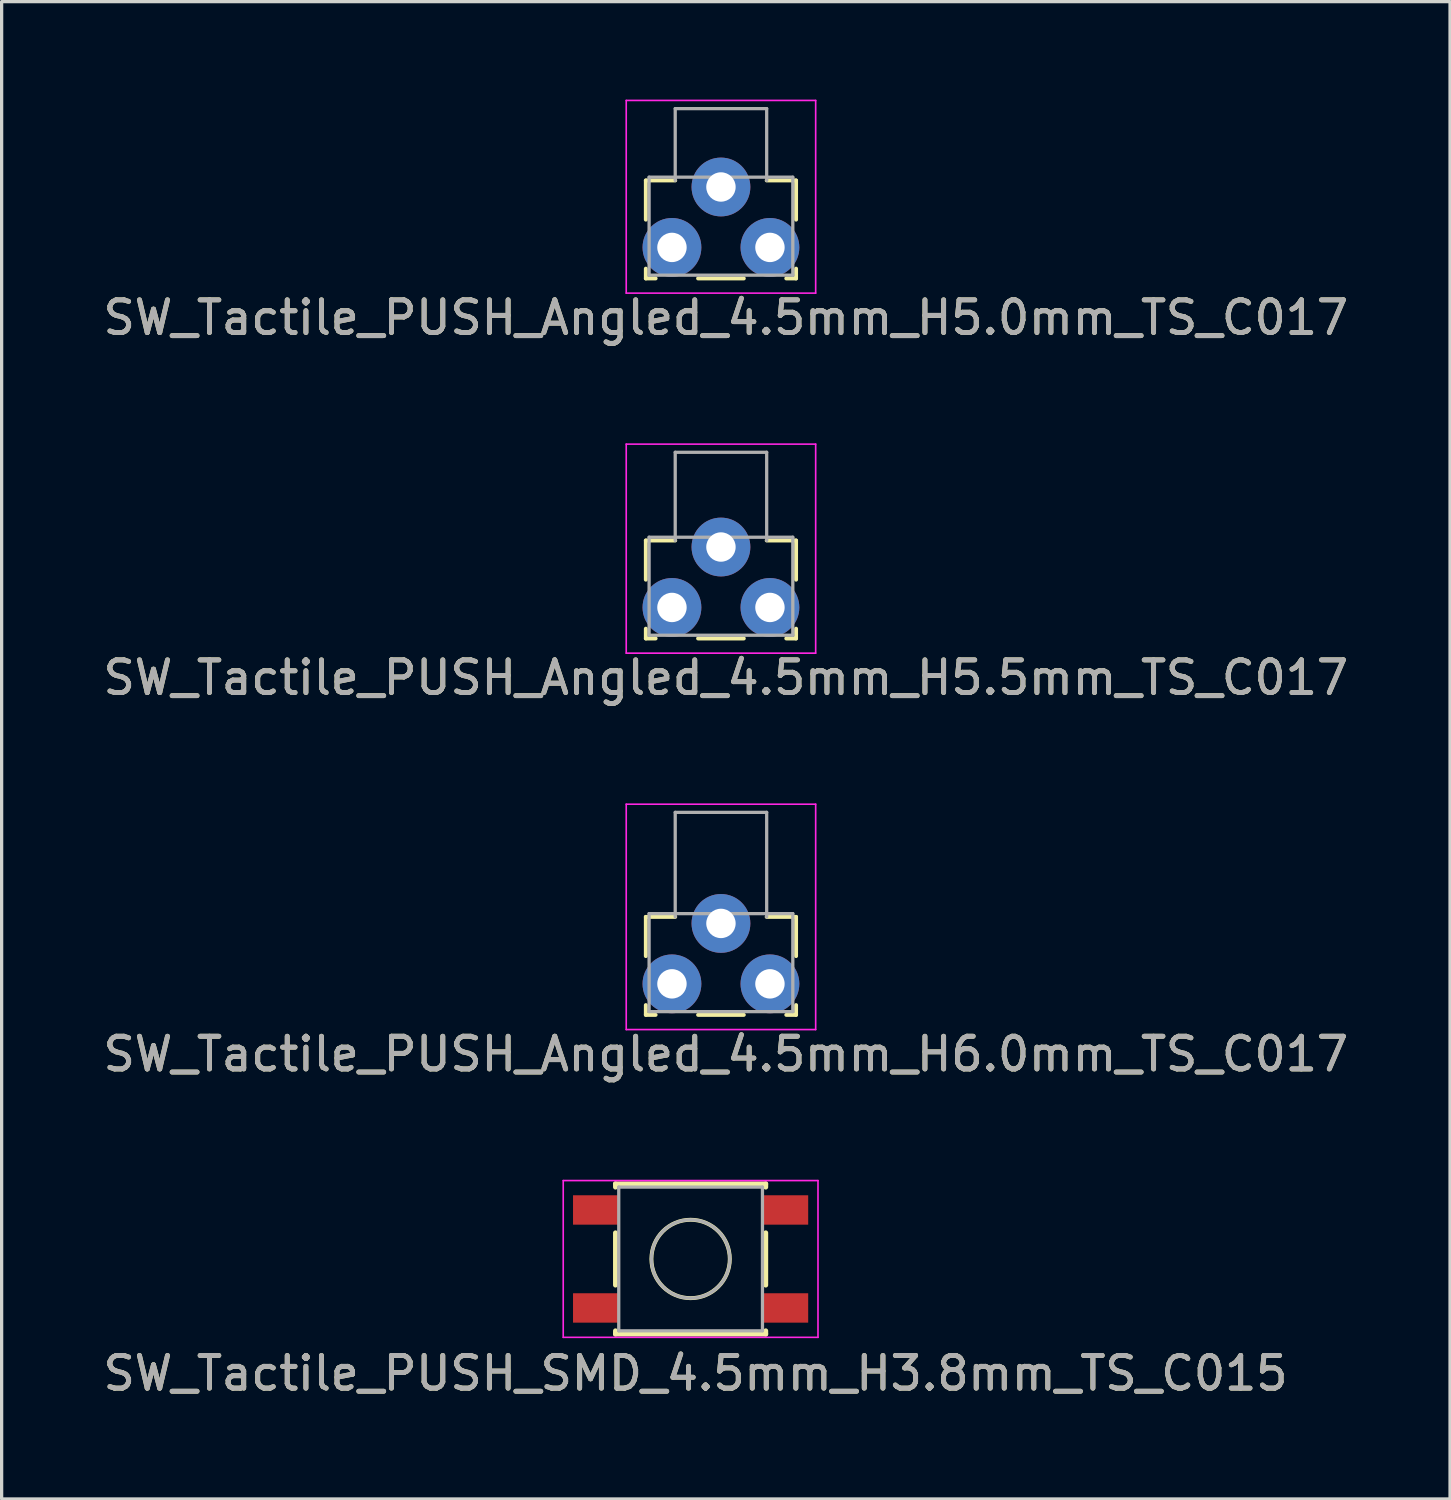
<source format=kicad_pcb>
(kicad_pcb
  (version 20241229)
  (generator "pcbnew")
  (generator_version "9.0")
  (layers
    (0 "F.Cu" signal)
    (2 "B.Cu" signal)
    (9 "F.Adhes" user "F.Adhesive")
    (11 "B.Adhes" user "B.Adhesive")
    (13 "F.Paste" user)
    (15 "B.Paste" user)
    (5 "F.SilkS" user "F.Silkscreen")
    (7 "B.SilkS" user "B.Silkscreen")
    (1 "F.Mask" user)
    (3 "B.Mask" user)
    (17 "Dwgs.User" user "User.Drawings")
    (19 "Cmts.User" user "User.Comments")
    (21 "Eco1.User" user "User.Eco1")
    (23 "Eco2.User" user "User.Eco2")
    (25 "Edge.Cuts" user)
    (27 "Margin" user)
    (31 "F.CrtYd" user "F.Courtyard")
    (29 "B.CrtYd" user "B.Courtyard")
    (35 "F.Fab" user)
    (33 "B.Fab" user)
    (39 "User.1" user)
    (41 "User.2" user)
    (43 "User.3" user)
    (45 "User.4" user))
  (footprint "SW_Tactile_PUSH_Angled_4.5mm_H5.0mm_TS_C017"
    (layer "F.Cu")
    (at 17.523 4.525)
    (property "Reference" "SW_Tactile_PUSH_Angled_4.5mm_H5.0mm_TS_C017" (at 1.65 2.15 0) (layer "F.SilkS") (effects (font (size 1 1) (thickness 0.15))))
    (attr through_hole)
    (fp_line (start -0.8 -2.05) (end -0.8 -0.85) (stroke (width 0.12) (type solid)) (layer "F.SilkS"))
    (fp_line (start -0.8 -2.05) (end 0.1 -2.05) (stroke (width 0.12) (type solid)) (layer "F.SilkS"))
    (fp_line (start -0.8 0.95) (end -0.8 0.65) (stroke (width 0.12) (type solid)) (layer "F.SilkS"))
    (fp_line (start -0.8 0.95) (end -0.5 0.95) (stroke (width 0.12) (type solid)) (layer "F.SilkS"))
    (fp_line (start 0.8 0.95) (end 2.2 0.95) (stroke (width 0.12) (type solid)) (layer "F.SilkS"))
    (fp_line (start 3.8 -2.05) (end 2.9 -2.05) (stroke (width 0.12) (type solid)) (layer "F.SilkS"))
    (fp_line (start 3.8 -2.05) (end 3.8 -0.85) (stroke (width 0.12) (type solid)) (layer "F.SilkS"))
    (fp_line (start 3.8 0.95) (end 3.5 0.95) (stroke (width 0.12) (type solid)) (layer "F.SilkS"))
    (fp_line (start 3.8 0.95) (end 3.8 0.65) (stroke (width 0.12) (type solid)) (layer "F.SilkS"))
    (fp_line (start -1.4 -4.5) (end 4.4 -4.5) (stroke (width 0.05) (type solid)) (layer "F.CrtYd"))
    (fp_line (start -1.4 1.4) (end -1.4 -4.5) (stroke (width 0.05) (type solid)) (layer "F.CrtYd"))
    (fp_line (start 4.4 -4.5) (end 4.4 1.4) (stroke (width 0.05) (type solid)) (layer "F.CrtYd"))
    (fp_line (start 4.4 1.4) (end -1.4 1.4) (stroke (width 0.05) (type solid)) (layer "F.CrtYd"))
    (fp_line (start -0.7 -2.15) (end 3.7 -2.15) (stroke (width 0.1) (type solid)) (layer "F.Fab"))
    (fp_line (start -0.7 0.85) (end -0.7 -2.15) (stroke (width 0.1) (type solid)) (layer "F.Fab"))
    (fp_line (start -0.7 0.85) (end 3.7 0.85) (stroke (width 0.1) (type solid)) (layer "F.Fab"))
    (fp_line (start 0.1 -4.25) (end 0.1 -2.05) (stroke (width 0.1) (type solid)) (layer "F.Fab"))
    (fp_line (start 0.1 -4.25) (end 2.9 -4.25) (stroke (width 0.1) (type solid)) (layer "F.Fab"))
    (fp_line (start 2.9 -4.25) (end 2.9 -2.05) (stroke (width 0.1) (type solid)) (layer "F.Fab"))
    (fp_line (start 3.7 0.85) (end 3.7 -2.15) (stroke (width 0.1) (type solid)) (layer "F.Fab"))
    (fp_text user "${REFERENCE}" (at 1.65 2.15 0) (layer "F.Fab") (effects (font (size 1 1) (thickness 0.15))))
    (pad "" thru_hole circle (at 1.5 -1.85) (size 1.8 1.8) (drill 0.9) (layers "*.Cu" "*.Mask"))
    (pad "1" thru_hole circle (at 0 0) (size 1.8 1.8) (drill 0.9) (layers "*.Cu" "*.Mask"))
    (pad "2" thru_hole circle (at 3 0) (size 1.8 1.8) (drill 0.9) (layers "*.Cu" "*.Mask")))
  (footprint "SW_Tactile_PUSH_SMD_4.5mm_H3.8mm_TS_C015"
    (layer "F.Cu")
    (at 18.094 35.495)
    (property "Reference" "SW_Tactile_PUSH_SMD_4.5mm_H3.8mm_TS_C015" (at 0.15 3.5 0) (layer "F.SilkS") (effects (font (size 1 1) (thickness 0.15))))
    (attr smd)
    (fp_line (start -2.3 -2.3) (end -2.3 -2.2) (stroke (width 0.15) (type solid)) (layer "F.SilkS"))
    (fp_line (start -2.3 -2.3) (end 2.3 -2.3) (stroke (width 0.15) (type solid)) (layer "F.SilkS"))
    (fp_line (start -2.3 -0.8) (end -2.3 0.8) (stroke (width 0.15) (type solid)) (layer "F.SilkS"))
    (fp_line (start -2.3 2.3) (end -2.3 2.2) (stroke (width 0.15) (type solid)) (layer "F.SilkS"))
    (fp_line (start -2.3 2.3) (end 2.3 2.3) (stroke (width 0.15) (type solid)) (layer "F.SilkS"))
    (fp_line (start 2.3 -2.3) (end 2.3 -2.2) (stroke (width 0.15) (type solid)) (layer "F.SilkS"))
    (fp_line (start 2.3 -0.8) (end 2.3 0.8) (stroke (width 0.15) (type solid)) (layer "F.SilkS"))
    (fp_line (start 2.3 2.3) (end 2.3 2.2) (stroke (width 0.15) (type solid)) (layer "F.SilkS"))
    (fp_circle (center 0 0) (end 1.2 0) (stroke (width 0.12) (type solid)) (fill no) (layer "F.SilkS"))
    (fp_line (start -3.9 -2.4) (end 3.9 -2.4) (stroke (width 0.05) (type solid)) (layer "F.CrtYd"))
    (fp_line (start -3.9 2.4) (end -3.9 -2.4) (stroke (width 0.05) (type solid)) (layer "F.CrtYd"))
    (fp_line (start 3.9 -2.4) (end 3.9 2.4) (stroke (width 0.05) (type solid)) (layer "F.CrtYd"))
    (fp_line (start 3.9 2.4) (end -3.9 2.4) (stroke (width 0.05) (type solid)) (layer "F.CrtYd"))
    (fp_line (start -2.2 -2.2) (end 2.2 -2.2) (stroke (width 0.1) (type solid)) (layer "F.Fab"))
    (fp_line (start -2.2 2.2) (end -2.2 -2.2) (stroke (width 0.1) (type solid)) (layer "F.Fab"))
    (fp_line (start -2.2 2.2) (end 2.2 2.2) (stroke (width 0.1) (type solid)) (layer "F.Fab"))
    (fp_line (start 2.2 2.2) (end 2.2 -2.2) (stroke (width 0.1) (type solid)) (layer "F.Fab"))
    (fp_circle (center 0 0) (end 1.2 0) (stroke (width 0.1) (type solid)) (fill no) (layer "F.Fab"))
    (fp_text user "${REFERENCE}" (at 0.15 3.5 0) (layer "F.Fab") (effects (font (size 1 1) (thickness 0.15))))
    (pad "1" smd rect (at -2.9 -1.5) (size 1.4 0.9) (layers "F.Cu" "F.Mask" "F.Paste"))
    (pad "1" smd rect (at 2.9 -1.5) (size 1.4 0.9) (layers "F.Cu" "F.Mask" "F.Paste"))
    (pad "2" smd rect (at -2.9 1.5) (size 1.4 0.9) (layers "F.Cu" "F.Mask" "F.Paste"))
    (pad "2" smd rect (at 2.9 1.5) (size 1.4 0.9) (layers "F.Cu" "F.Mask" "F.Paste")))
  (footprint "SW_Tactile_PUSH_Angled_4.5mm_H5.5mm_TS_C017"
    (layer "F.Cu")
    (at 17.523 15.548)
    (property "Reference" "SW_Tactile_PUSH_Angled_4.5mm_H5.5mm_TS_C017" (at 1.65 2.15 0) (layer "F.SilkS") (effects (font (size 1 1) (thickness 0.15))))
    (attr through_hole)
    (fp_line (start -0.8 -2.05) (end -0.8 -0.85) (stroke (width 0.12) (type solid)) (layer "F.SilkS"))
    (fp_line (start -0.8 -2.05) (end 0.1 -2.05) (stroke (width 0.12) (type solid)) (layer "F.SilkS"))
    (fp_line (start -0.8 0.95) (end -0.8 0.65) (stroke (width 0.12) (type solid)) (layer "F.SilkS"))
    (fp_line (start -0.8 0.95) (end -0.5 0.95) (stroke (width 0.12) (type solid)) (layer "F.SilkS"))
    (fp_line (start 0.8 0.95) (end 2.2 0.95) (stroke (width 0.12) (type solid)) (layer "F.SilkS"))
    (fp_line (start 3.8 -2.05) (end 2.9 -2.05) (stroke (width 0.12) (type solid)) (layer "F.SilkS"))
    (fp_line (start 3.8 -2.05) (end 3.8 -0.85) (stroke (width 0.12) (type solid)) (layer "F.SilkS"))
    (fp_line (start 3.8 0.95) (end 3.5 0.95) (stroke (width 0.12) (type solid)) (layer "F.SilkS"))
    (fp_line (start 3.8 0.95) (end 3.8 0.65) (stroke (width 0.12) (type solid)) (layer "F.SilkS"))
    (fp_line (start -1.4 -5) (end 4.4 -5) (stroke (width 0.05) (type solid)) (layer "F.CrtYd"))
    (fp_line (start -1.4 1.4) (end -1.4 -5) (stroke (width 0.05) (type solid)) (layer "F.CrtYd"))
    (fp_line (start 4.4 -5) (end 4.4 1.4) (stroke (width 0.05) (type solid)) (layer "F.CrtYd"))
    (fp_line (start 4.4 1.4) (end -1.4 1.4) (stroke (width 0.05) (type solid)) (layer "F.CrtYd"))
    (fp_line (start -0.7 -2.15) (end 3.7 -2.15) (stroke (width 0.1) (type solid)) (layer "F.Fab"))
    (fp_line (start -0.7 0.85) (end -0.7 -2.15) (stroke (width 0.1) (type solid)) (layer "F.Fab"))
    (fp_line (start -0.7 0.85) (end 3.7 0.85) (stroke (width 0.1) (type solid)) (layer "F.Fab"))
    (fp_line (start 0.1 -4.75) (end 0.1 -2.05) (stroke (width 0.1) (type solid)) (layer "F.Fab"))
    (fp_line (start 0.1 -4.75) (end 2.9 -4.75) (stroke (width 0.1) (type solid)) (layer "F.Fab"))
    (fp_line (start 2.9 -4.75) (end 2.9 -2.05) (stroke (width 0.1) (type solid)) (layer "F.Fab"))
    (fp_line (start 3.7 0.85) (end 3.7 -2.15) (stroke (width 0.1) (type solid)) (layer "F.Fab"))
    (fp_text user "${REFERENCE}" (at 1.65 2.15 0) (layer "F.Fab") (effects (font (size 1 1) (thickness 0.15))))
    (pad "" thru_hole circle (at 1.5 -1.85) (size 1.8 1.8) (drill 0.9) (layers "*.Cu" "*.Mask"))
    (pad "1" thru_hole circle (at 0 0) (size 1.8 1.8) (drill 0.9) (layers "*.Cu" "*.Mask"))
    (pad "2" thru_hole circle (at 3 0) (size 1.8 1.8) (drill 0.9) (layers "*.Cu" "*.Mask")))
  (footprint "SW_Tactile_PUSH_Angled_4.5mm_H6.0mm_TS_C017"
    (layer "F.Cu")
    (at 17.523 27.072)
    (property "Reference" "SW_Tactile_PUSH_Angled_4.5mm_H6.0mm_TS_C017" (at 1.65 2.15 0) (layer "F.SilkS") (effects (font (size 1 1) (thickness 0.15))))
    (attr through_hole)
    (fp_line (start -0.8 -2.05) (end -0.8 -0.85) (stroke (width 0.12) (type solid)) (layer "F.SilkS"))
    (fp_line (start -0.8 -2.05) (end 0.1 -2.05) (stroke (width 0.12) (type solid)) (layer "F.SilkS"))
    (fp_line (start -0.8 0.95) (end -0.8 0.65) (stroke (width 0.12) (type solid)) (layer "F.SilkS"))
    (fp_line (start -0.8 0.95) (end -0.5 0.95) (stroke (width 0.12) (type solid)) (layer "F.SilkS"))
    (fp_line (start 0.8 0.95) (end 2.2 0.95) (stroke (width 0.12) (type solid)) (layer "F.SilkS"))
    (fp_line (start 3.8 -2.05) (end 2.9 -2.05) (stroke (width 0.12) (type solid)) (layer "F.SilkS"))
    (fp_line (start 3.8 -2.05) (end 3.8 -0.85) (stroke (width 0.12) (type solid)) (layer "F.SilkS"))
    (fp_line (start 3.8 0.95) (end 3.5 0.95) (stroke (width 0.12) (type solid)) (layer "F.SilkS"))
    (fp_line (start 3.8 0.95) (end 3.8 0.65) (stroke (width 0.12) (type solid)) (layer "F.SilkS"))
    (fp_line (start -1.4 -5.5) (end 4.4 -5.5) (stroke (width 0.05) (type solid)) (layer "F.CrtYd"))
    (fp_line (start -1.4 1.4) (end -1.4 -5.5) (stroke (width 0.05) (type solid)) (layer "F.CrtYd"))
    (fp_line (start 4.4 -5.5) (end 4.4 1.4) (stroke (width 0.05) (type solid)) (layer "F.CrtYd"))
    (fp_line (start 4.4 1.4) (end -1.4 1.4) (stroke (width 0.05) (type solid)) (layer "F.CrtYd"))
    (fp_line (start -0.7 -2.15) (end 3.7 -2.15) (stroke (width 0.1) (type solid)) (layer "F.Fab"))
    (fp_line (start -0.7 0.85) (end -0.7 -2.15) (stroke (width 0.1) (type solid)) (layer "F.Fab"))
    (fp_line (start -0.7 0.85) (end 3.7 0.85) (stroke (width 0.1) (type solid)) (layer "F.Fab"))
    (fp_line (start 0.1 -5.25) (end 0.1 -2.05) (stroke (width 0.1) (type solid)) (layer "F.Fab"))
    (fp_line (start 0.1 -5.25) (end 2.9 -5.25) (stroke (width 0.1) (type solid)) (layer "F.Fab"))
    (fp_line (start 2.9 -5.25) (end 2.9 -2.05) (stroke (width 0.1) (type solid)) (layer "F.Fab"))
    (fp_line (start 3.7 0.85) (end 3.7 -2.15) (stroke (width 0.1) (type solid)) (layer "F.Fab"))
    (fp_text user "${REFERENCE}" (at 1.65 2.15 0) (layer "F.Fab") (effects (font (size 1 1) (thickness 0.15))))
    (pad "" thru_hole circle (at 1.5 -1.85) (size 1.8 1.8) (drill 0.9) (layers "*.Cu" "*.Mask"))
    (pad "1" thru_hole circle (at 0 0) (size 1.8 1.8) (drill 0.9) (layers "*.Cu" "*.Mask"))
    (pad "2" thru_hole circle (at 3 0) (size 1.8 1.8) (drill 0.9) (layers "*.Cu" "*.Mask")))
  (gr_rect
    (start -3 -3)
    (end 41.345 42.843)
    (stroke (width 0.1) (type default))
    (fill no)
    (layer "Edge.Cuts")))
</source>
